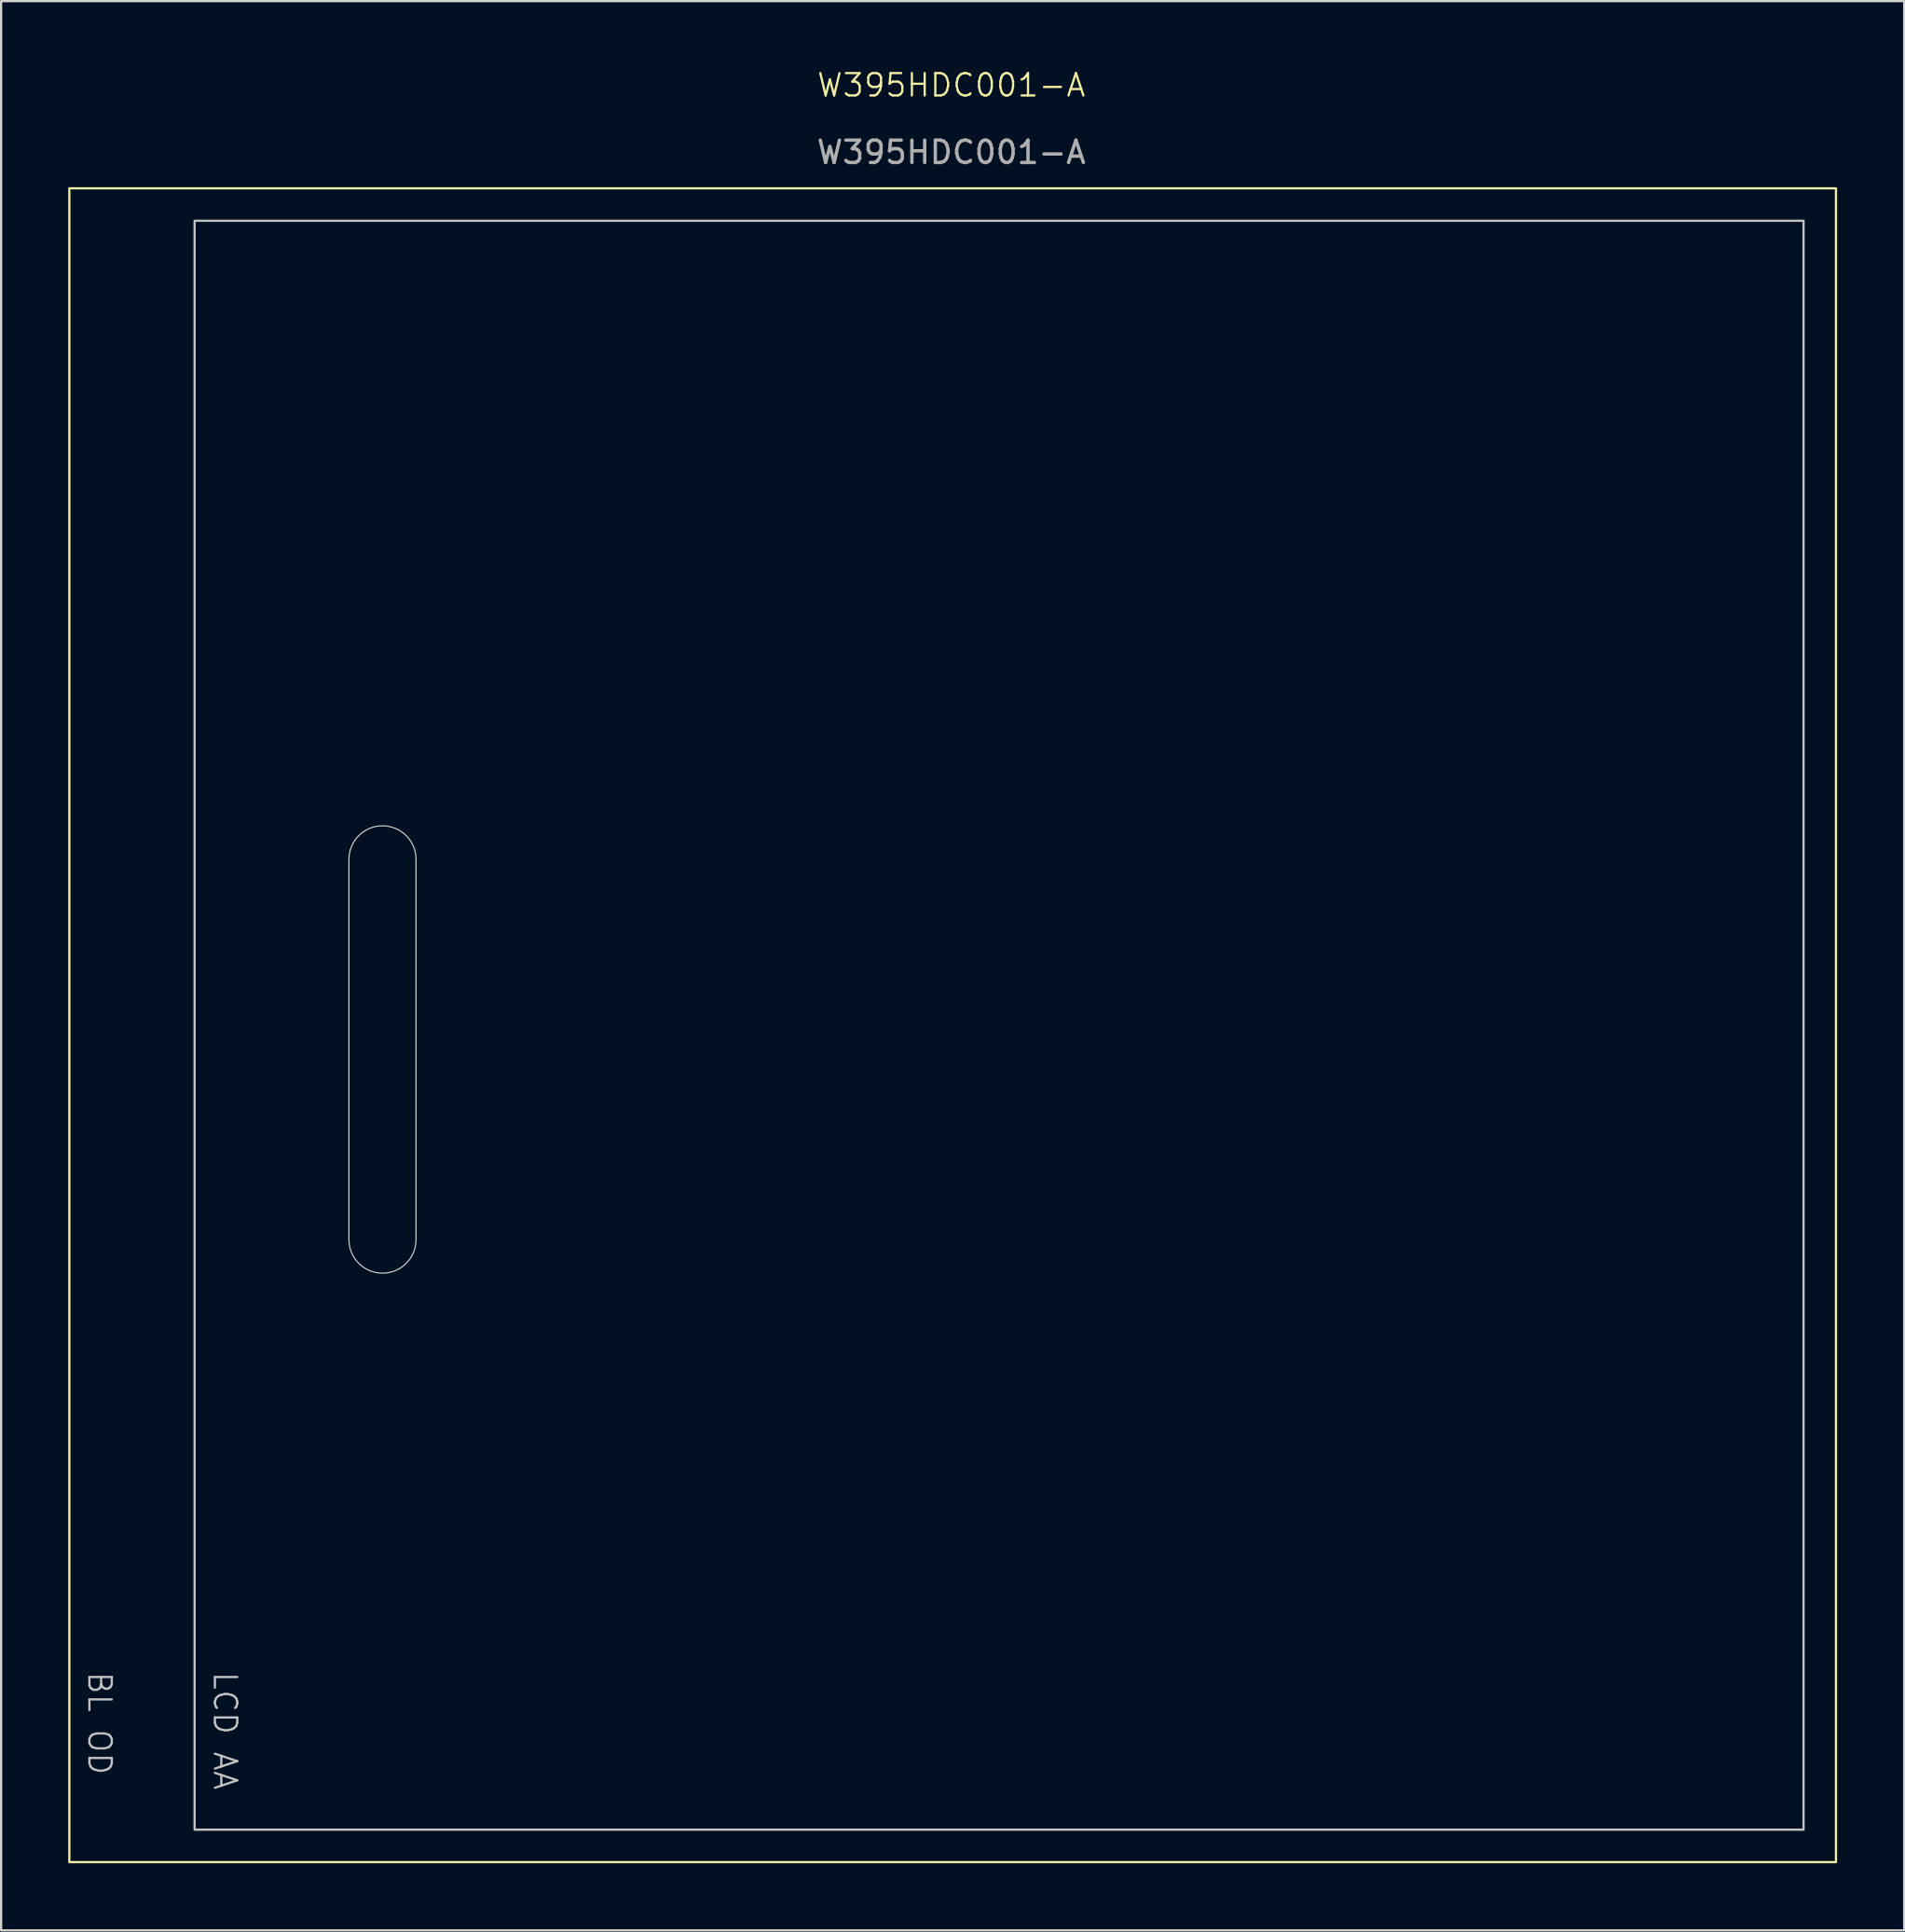
<source format=kicad_pcb>
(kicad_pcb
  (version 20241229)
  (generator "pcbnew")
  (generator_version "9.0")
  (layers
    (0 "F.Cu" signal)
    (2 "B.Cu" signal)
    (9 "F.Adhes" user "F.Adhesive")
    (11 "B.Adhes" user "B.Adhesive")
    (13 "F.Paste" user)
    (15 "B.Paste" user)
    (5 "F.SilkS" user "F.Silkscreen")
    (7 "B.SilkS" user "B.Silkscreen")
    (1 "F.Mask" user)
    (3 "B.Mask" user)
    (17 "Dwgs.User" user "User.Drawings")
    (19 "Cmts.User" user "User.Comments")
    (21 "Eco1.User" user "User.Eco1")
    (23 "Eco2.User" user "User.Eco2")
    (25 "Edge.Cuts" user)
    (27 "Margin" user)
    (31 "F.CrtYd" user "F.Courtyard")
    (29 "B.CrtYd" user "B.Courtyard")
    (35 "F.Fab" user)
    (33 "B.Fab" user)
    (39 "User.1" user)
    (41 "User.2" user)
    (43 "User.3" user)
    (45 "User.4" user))
  (footprint "W395HDC001-A"
    (layer "F.Cu")
    (at 41.615 42.785)
    (property "Reference" "W395HDC001-A" (at -2.135 -42.025 0) (unlocked yes) (layer "F.SilkS") (effects (font (size 1 1) (thickness 0.1))))
    (attr smd)
    (fp_rect (start -41.565 -37.415) (end 37.415 37.415) (stroke (width 0.1) (type solid)) (fill no) (layer "F.SilkS"))
    (fp_rect (start -35.965 -35.965) (end 35.965 35.965) (stroke (width 0.1) (type solid)) (fill no) (layer "Dwgs.User"))
    (fp_line (start -29.065 -7.415) (end -29.065 9.585) (stroke (width 0.05) (type default)) (layer "Edge.Cuts"))
    (fp_line (start -26.065 9.585) (end -26.065 -7.415) (stroke (width 0.05) (type default)) (layer "Edge.Cuts"))
    (fp_arc (start -29.065 -7.415) (mid -27.565 -8.915) (end -26.065 -7.415) (stroke (width 0.05) (type default)) (layer "Edge.Cuts"))
    (fp_arc (start -26.065 9.585) (mid -27.565 11.085) (end -29.065 9.585) (stroke (width 0.05) (type default)) (layer "Edge.Cuts"))
    (fp_text user "BL OD" (at -40.795 28.835 270) (unlocked yes) (layer "Dwgs.User") (effects (font (size 1 1) (thickness 0.1)) (justify left bottom)))
    (fp_text user "LCD AA" (at -35.185 28.835 270) (unlocked yes) (layer "Dwgs.User") (effects (font (size 1 1) (thickness 0.1)) (justify left bottom)))
    (fp_text user "${REFERENCE}" (at -2.135 -39.025 0) (unlocked yes) (layer "F.Fab") (effects (font (size 1 1) (thickness 0.15)))))
  (gr_rect
    (start -3 -3)
    (end 82.08 83.251)
    (stroke (width 0.1) (type default))
    (fill no)
    (layer "Edge.Cuts")))
</source>
